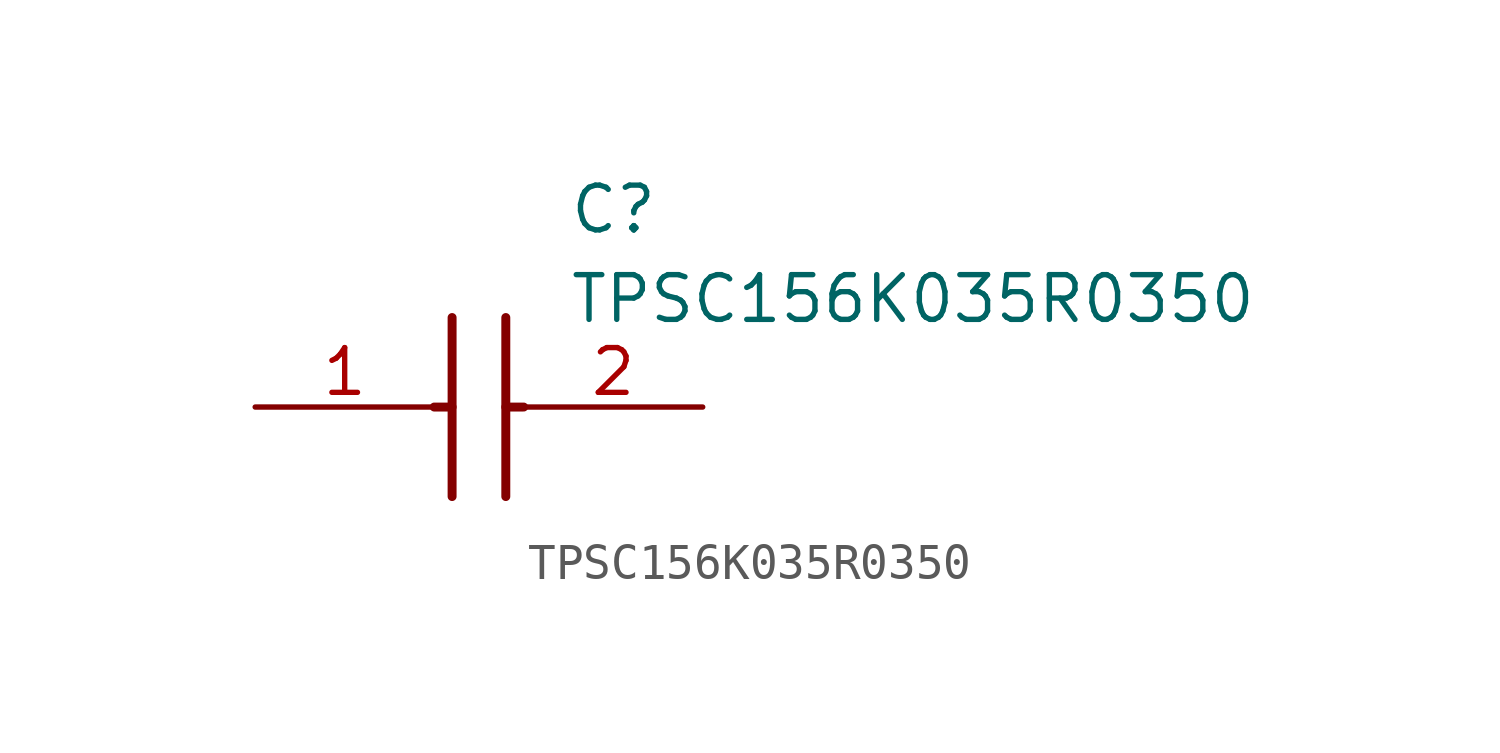
<source format=kicad_sym>
(kicad_symbol_lib
  (version 20211014)
  (generator SamacSys_ECAD_Model)
  (symbol "TPSC156K035R0350"
    (pin_names hide)
    (property "Reference" "C"
      (at 8.89 6.35 0)
      (effects (font (size 1.27 1.27)) (justify left top)))
    (property "Value" "TPSC156K035R0350"
      (at 8.89 3.81 0)
      (effects (font (size 1.27 1.27)) (justify left top)))
    (polyline
      (pts (xy 5.588 2.54) (xy 5.588 -2.54))
      (stroke (width 0.254) (type default))
      (fill (type none)))
    (polyline
      (pts (xy 7.112 2.54) (xy 7.112 -2.54))
      (stroke (width 0.254) (type default))
      (fill (type none)))
    (polyline
      (pts (xy 5.08 0) (xy 5.588 0))
      (stroke (width 0.254) (type default))
      (fill (type none)))
    (polyline
      (pts (xy 7.112 0) (xy 7.62 0))
      (stroke (width 0.254) (type default))
      (fill (type none)))
    (pin passive line
      (at 0 0 0)
      (length 5.08)
      (name "C1" (effects (font (size 1.27 1.27))))
      (number "1" (effects (font (size 1.27 1.27)))))
    (pin passive line
      (at 12.7 0 180)
      (length 5.08)
      (name "C2" (effects (font (size 1.27 1.27))))
      (number "2" (effects (font (size 1.27 1.27)))))))
</source>
